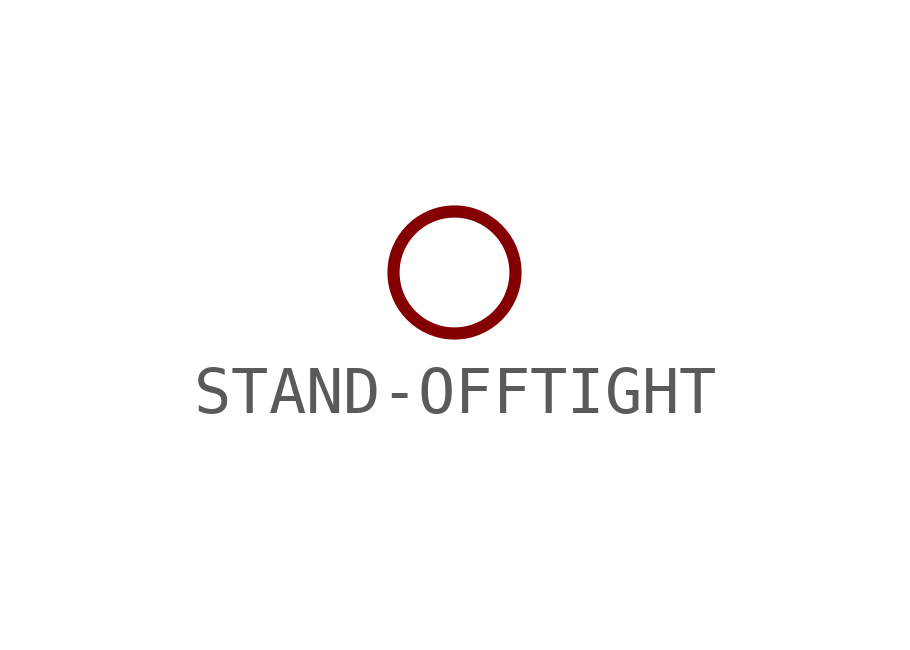
<source format=kicad_sym>
(kicad_symbol_lib
  (version 20211014)
  (generator kicad_symbol_editor)
  (symbol "STAND-OFFTIGHT"
    (property "Reference" "JP"
      (at 0 0 0)
      (effects (font (size 1.27 1.27)) hide))
    (property "ki_locked" ""
      (at 0 0 0)
      (effects (font (size 1.27 1.27))))
    (symbol "STAND-OFFTIGHT_1_0"
      (circle (center 0 0) (radius 1.27) (stroke (width 0.254) (type default) (color 0 0 0 0)) (fill (type none))))))
</source>
